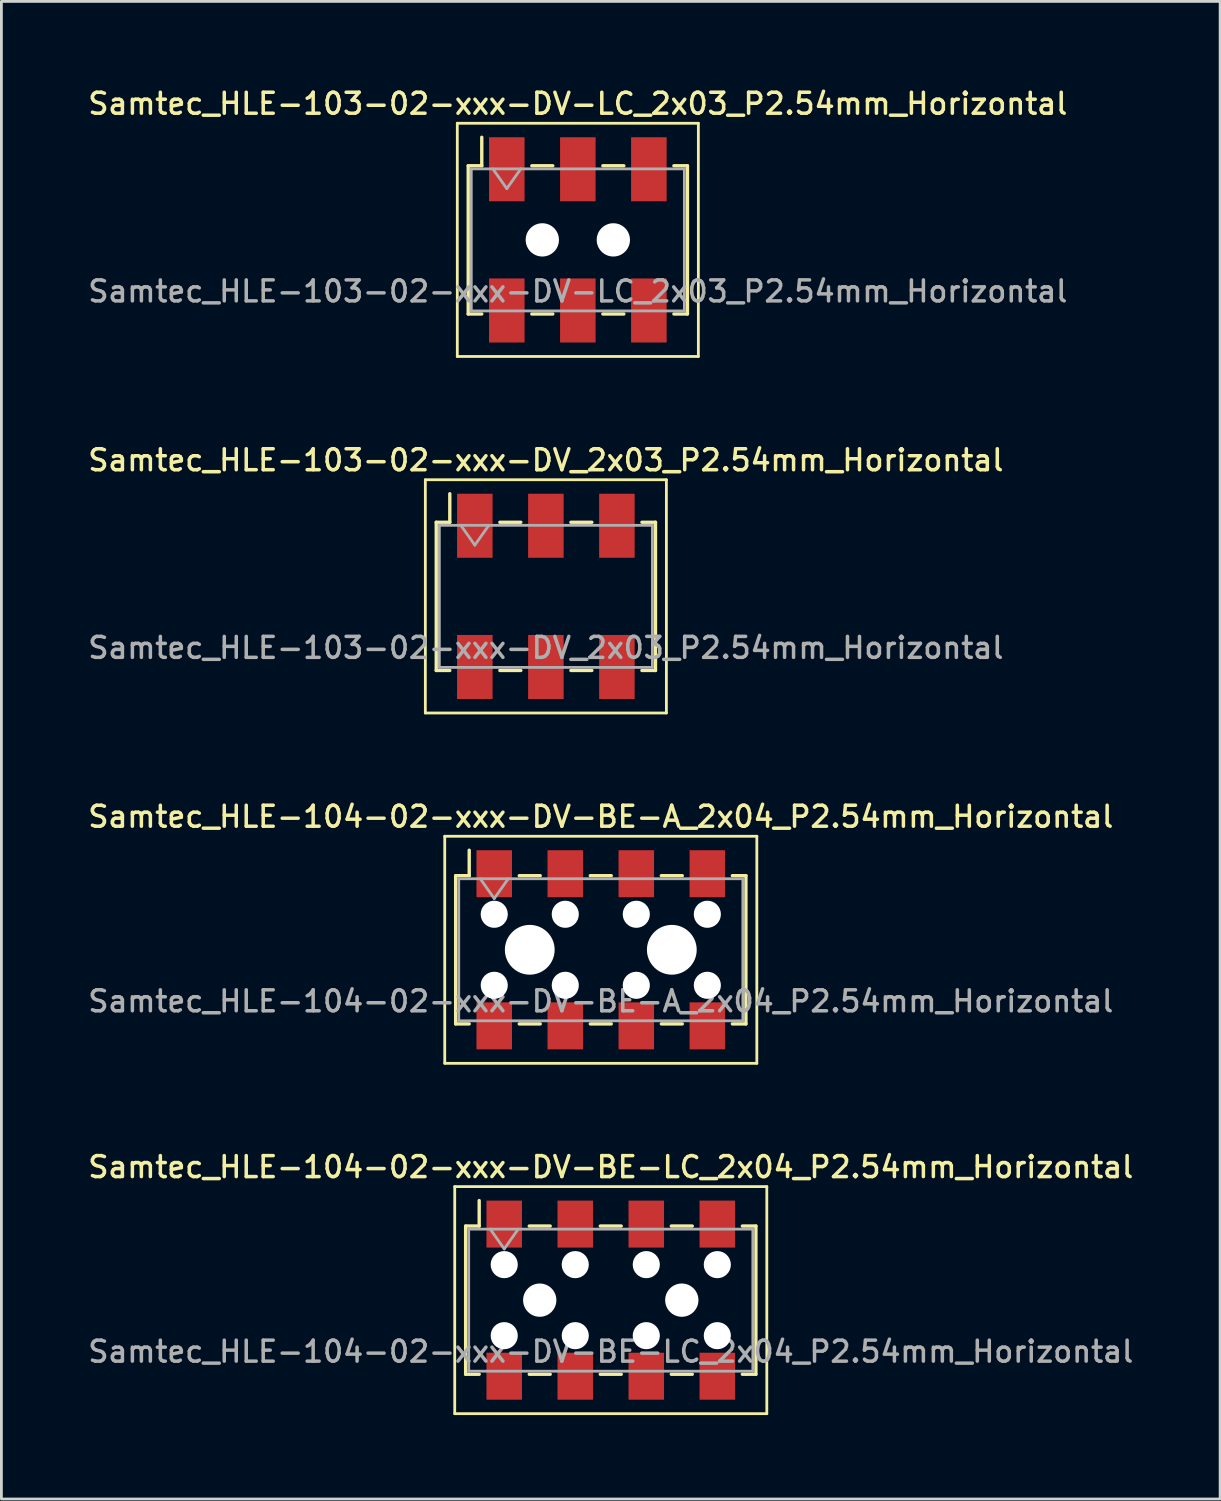
<source format=kicad_pcb>
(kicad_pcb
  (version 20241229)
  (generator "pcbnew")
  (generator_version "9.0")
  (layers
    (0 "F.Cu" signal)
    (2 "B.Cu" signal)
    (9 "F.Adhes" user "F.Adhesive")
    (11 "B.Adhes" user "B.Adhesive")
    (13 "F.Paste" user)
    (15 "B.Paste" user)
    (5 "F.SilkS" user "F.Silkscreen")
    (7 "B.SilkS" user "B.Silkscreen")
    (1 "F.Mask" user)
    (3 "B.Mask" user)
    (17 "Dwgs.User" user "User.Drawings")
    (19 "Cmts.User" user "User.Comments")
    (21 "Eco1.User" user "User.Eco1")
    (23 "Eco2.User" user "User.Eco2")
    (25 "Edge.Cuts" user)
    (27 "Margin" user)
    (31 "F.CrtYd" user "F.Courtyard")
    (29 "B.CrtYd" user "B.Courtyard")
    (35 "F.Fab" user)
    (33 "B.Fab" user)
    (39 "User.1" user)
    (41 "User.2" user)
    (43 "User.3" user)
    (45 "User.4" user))
  (footprint "Samtec_HLE-103-02-xxx-DV_2x03_P2.54mm_Horizontal"
    (layer "F.Cu")
    (at 16.47 18.276)
    (property "Reference" "Samtec_HLE-103-02-xxx-DV_2x03_P2.54mm_Horizontal" (at 0 -4.87 0) (layer "F.SilkS") (effects (font (size 0.75 0.75) (thickness 0.125))))
    (attr smd)
    (fp_line (start -4.31 -4.17) (end 4.31 -4.17) (stroke (width 0.1) (type solid)) (layer "F.SilkS"))
    (fp_line (start -4.31 4.17) (end -4.31 -4.17) (stroke (width 0.1) (type solid)) (layer "F.SilkS"))
    (fp_line (start -3.92 -2.65) (end -3.92 2.65) (stroke (width 0.12) (type solid)) (layer "F.SilkS"))
    (fp_line (start -3.92 2.65) (end -3.435 2.65) (stroke (width 0.12) (type solid)) (layer "F.SilkS"))
    (fp_line (start -3.435 -3.67) (end -3.435 -2.65) (stroke (width 0.12) (type solid)) (layer "F.SilkS"))
    (fp_line (start -3.435 -2.65) (end -3.92 -2.65) (stroke (width 0.12) (type solid)) (layer "F.SilkS"))
    (fp_line (start -1.645 -2.65) (end -0.895 -2.65) (stroke (width 0.12) (type solid)) (layer "F.SilkS"))
    (fp_line (start -1.645 2.65) (end -0.895 2.65) (stroke (width 0.12) (type solid)) (layer "F.SilkS"))
    (fp_line (start 0.895 -2.65) (end 1.645 -2.65) (stroke (width 0.12) (type solid)) (layer "F.SilkS"))
    (fp_line (start 0.895 2.65) (end 1.645 2.65) (stroke (width 0.12) (type solid)) (layer "F.SilkS"))
    (fp_line (start 3.435 -2.65) (end 3.92 -2.65) (stroke (width 0.12) (type solid)) (layer "F.SilkS"))
    (fp_line (start 3.92 -2.65) (end 3.92 2.65) (stroke (width 0.12) (type solid)) (layer "F.SilkS"))
    (fp_line (start 3.92 2.65) (end 3.435 2.65) (stroke (width 0.12) (type solid)) (layer "F.SilkS"))
    (fp_line (start 4.31 -4.17) (end 4.31 4.17) (stroke (width 0.1) (type solid)) (layer "F.SilkS"))
    (fp_line (start 4.31 4.17) (end -4.31 4.17) (stroke (width 0.1) (type solid)) (layer "F.SilkS"))
    (fp_line (start -3.81 -2.54) (end 3.81 -2.54) (stroke (width 0.1) (type solid)) (layer "F.Fab"))
    (fp_line (start -3.81 2.54) (end -3.81 -2.54) (stroke (width 0.1) (type solid)) (layer "F.Fab"))
    (fp_line (start -3.04 -2.54) (end -2.54 -1.833) (stroke (width 0.1) (type solid)) (layer "F.Fab"))
    (fp_line (start -2.54 -1.833) (end -2.04 -2.54) (stroke (width 0.1) (type solid)) (layer "F.Fab"))
    (fp_line (start 3.81 -2.54) (end 3.81 2.54) (stroke (width 0.1) (type solid)) (layer "F.Fab"))
    (fp_line (start 3.81 2.54) (end -3.81 2.54) (stroke (width 0.1) (type solid)) (layer "F.Fab"))
    (fp_text user "${REFERENCE}" (at 0 1.84 0) (layer "F.Fab") (effects (font (size 0.75 0.75) (thickness 0.125))))
    (pad "1" smd rect (at -2.54 -2.525) (size 1.27 2.29) (layers "F.Cu" "F.Mask" "F.Paste"))
    (pad "2" smd rect (at -2.54 2.525) (size 1.27 2.29) (layers "F.Cu" "F.Mask" "F.Paste"))
    (pad "3" smd rect (at 0 -2.525) (size 1.27 2.29) (layers "F.Cu" "F.Mask" "F.Paste"))
    (pad "4" smd rect (at 0 2.525) (size 1.27 2.29) (layers "F.Cu" "F.Mask" "F.Paste"))
    (pad "5" smd rect (at 2.54 -2.525) (size 1.27 2.29) (layers "F.Cu" "F.Mask" "F.Paste"))
    (pad "6" smd rect (at 2.54 2.525) (size 1.27 2.29) (layers "F.Cu" "F.Mask" "F.Paste")))
  (footprint "Samtec_HLE-104-02-xxx-DV-BE-A_2x04_P2.54mm_Horizontal"
    (layer "F.Cu")
    (at 18.434 30.914)
    (property "Reference" "Samtec_HLE-104-02-xxx-DV-BE-A_2x04_P2.54mm_Horizontal" (at 0 -4.76 0) (layer "F.SilkS") (effects (font (size 0.75 0.75) (thickness 0.125))))
    (attr smd)
    (fp_line (start -5.58 -4.06) (end 5.58 -4.06) (stroke (width 0.1) (type solid)) (layer "F.SilkS"))
    (fp_line (start -5.58 4.06) (end -5.58 -4.06) (stroke (width 0.1) (type solid)) (layer "F.SilkS"))
    (fp_line (start -5.19 -2.65) (end -5.19 2.65) (stroke (width 0.12) (type solid)) (layer "F.SilkS"))
    (fp_line (start -5.19 2.65) (end -4.705 2.65) (stroke (width 0.12) (type solid)) (layer "F.SilkS"))
    (fp_line (start -4.705 -3.56) (end -4.705 -2.65) (stroke (width 0.12) (type solid)) (layer "F.SilkS"))
    (fp_line (start -4.705 -2.65) (end -5.19 -2.65) (stroke (width 0.12) (type solid)) (layer "F.SilkS"))
    (fp_line (start -2.915 -2.65) (end -2.165 -2.65) (stroke (width 0.12) (type solid)) (layer "F.SilkS"))
    (fp_line (start -2.915 2.65) (end -2.165 2.65) (stroke (width 0.12) (type solid)) (layer "F.SilkS"))
    (fp_line (start -0.375 -2.65) (end 0.375 -2.65) (stroke (width 0.12) (type solid)) (layer "F.SilkS"))
    (fp_line (start -0.375 2.65) (end 0.375 2.65) (stroke (width 0.12) (type solid)) (layer "F.SilkS"))
    (fp_line (start 2.165 -2.65) (end 2.915 -2.65) (stroke (width 0.12) (type solid)) (layer "F.SilkS"))
    (fp_line (start 2.165 2.65) (end 2.915 2.65) (stroke (width 0.12) (type solid)) (layer "F.SilkS"))
    (fp_line (start 4.705 -2.65) (end 5.19 -2.65) (stroke (width 0.12) (type solid)) (layer "F.SilkS"))
    (fp_line (start 5.19 -2.65) (end 5.19 2.65) (stroke (width 0.12) (type solid)) (layer "F.SilkS"))
    (fp_line (start 5.19 2.65) (end 4.705 2.65) (stroke (width 0.12) (type solid)) (layer "F.SilkS"))
    (fp_line (start 5.58 -4.06) (end 5.58 4.06) (stroke (width 0.1) (type solid)) (layer "F.SilkS"))
    (fp_line (start 5.58 4.06) (end -5.58 4.06) (stroke (width 0.1) (type solid)) (layer "F.SilkS"))
    (fp_line (start -5.08 -2.54) (end 5.08 -2.54) (stroke (width 0.1) (type solid)) (layer "F.Fab"))
    (fp_line (start -5.08 2.54) (end -5.08 -2.54) (stroke (width 0.1) (type solid)) (layer "F.Fab"))
    (fp_line (start -4.31 -2.54) (end -3.81 -1.833) (stroke (width 0.1) (type solid)) (layer "F.Fab"))
    (fp_line (start -3.81 -1.833) (end -3.31 -2.54) (stroke (width 0.1) (type solid)) (layer "F.Fab"))
    (fp_line (start 5.08 -2.54) (end 5.08 2.54) (stroke (width 0.1) (type solid)) (layer "F.Fab"))
    (fp_line (start 5.08 2.54) (end -5.08 2.54) (stroke (width 0.1) (type solid)) (layer "F.Fab"))
    (fp_text user "${REFERENCE}" (at 0 1.84 0) (layer "F.Fab") (effects (font (size 0.75 0.75) (thickness 0.125))))
    (pad "" np_thru_hole circle (at -3.81 -1.27) (size 0.97 0.97) (drill 0.97) (layers "*.Cu" "*.Mask"))
    (pad "" np_thru_hole circle (at -3.81 1.27) (size 0.97 0.97) (drill 0.97) (layers "*.Cu" "*.Mask"))
    (pad "" np_thru_hole circle (at -2.54 0) (size 1.78 1.78) (drill 1.78) (layers "*.Cu" "*.Mask"))
    (pad "" np_thru_hole circle (at -1.27 -1.27) (size 0.97 0.97) (drill 0.97) (layers "*.Cu" "*.Mask"))
    (pad "" np_thru_hole circle (at -1.27 1.27) (size 0.97 0.97) (drill 0.97) (layers "*.Cu" "*.Mask"))
    (pad "" np_thru_hole circle (at 1.27 -1.27) (size 0.97 0.97) (drill 0.97) (layers "*.Cu" "*.Mask"))
    (pad "" np_thru_hole circle (at 1.27 1.27) (size 0.97 0.97) (drill 0.97) (layers "*.Cu" "*.Mask"))
    (pad "" np_thru_hole circle (at 2.54 0) (size 1.78 1.78) (drill 1.78) (layers "*.Cu" "*.Mask"))
    (pad "" np_thru_hole circle (at 3.81 -1.27) (size 0.97 0.97) (drill 0.97) (layers "*.Cu" "*.Mask"))
    (pad "" np_thru_hole circle (at 3.81 1.27) (size 0.97 0.97) (drill 0.97) (layers "*.Cu" "*.Mask"))
    (pad "1" smd rect (at -3.81 -2.72) (size 1.27 1.68) (layers "F.Cu" "F.Mask" "F.Paste"))
    (pad "2" smd rect (at -3.81 2.72) (size 1.27 1.68) (layers "F.Cu" "F.Mask" "F.Paste"))
    (pad "3" smd rect (at -1.27 -2.72) (size 1.27 1.68) (layers "F.Cu" "F.Mask" "F.Paste"))
    (pad "4" smd rect (at -1.27 2.72) (size 1.27 1.68) (layers "F.Cu" "F.Mask" "F.Paste"))
    (pad "5" smd rect (at 1.27 -2.72) (size 1.27 1.68) (layers "F.Cu" "F.Mask" "F.Paste"))
    (pad "6" smd rect (at 1.27 2.72) (size 1.27 1.68) (layers "F.Cu" "F.Mask" "F.Paste"))
    (pad "7" smd rect (at 3.81 -2.72) (size 1.27 1.68) (layers "F.Cu" "F.Mask" "F.Paste"))
    (pad "8" smd rect (at 3.81 2.72) (size 1.27 1.68) (layers "F.Cu" "F.Mask" "F.Paste")))
  (footprint "Samtec_HLE-104-02-xxx-DV-BE-LC_2x04_P2.54mm_Horizontal"
    (layer "F.Cu")
    (at 18.791 43.443)
    (property "Reference" "Samtec_HLE-104-02-xxx-DV-BE-LC_2x04_P2.54mm_Horizontal" (at 0 -4.76 0) (layer "F.SilkS") (effects (font (size 0.75 0.75) (thickness 0.125))))
    (attr smd)
    (fp_line (start -5.58 -4.06) (end 5.58 -4.06) (stroke (width 0.1) (type solid)) (layer "F.SilkS"))
    (fp_line (start -5.58 4.06) (end -5.58 -4.06) (stroke (width 0.1) (type solid)) (layer "F.SilkS"))
    (fp_line (start -5.19 -2.65) (end -5.19 2.65) (stroke (width 0.12) (type solid)) (layer "F.SilkS"))
    (fp_line (start -5.19 2.65) (end -4.705 2.65) (stroke (width 0.12) (type solid)) (layer "F.SilkS"))
    (fp_line (start -4.705 -3.56) (end -4.705 -2.65) (stroke (width 0.12) (type solid)) (layer "F.SilkS"))
    (fp_line (start -4.705 -2.65) (end -5.19 -2.65) (stroke (width 0.12) (type solid)) (layer "F.SilkS"))
    (fp_line (start -2.915 -2.65) (end -2.165 -2.65) (stroke (width 0.12) (type solid)) (layer "F.SilkS"))
    (fp_line (start -2.915 2.65) (end -2.165 2.65) (stroke (width 0.12) (type solid)) (layer "F.SilkS"))
    (fp_line (start -0.375 -2.65) (end 0.375 -2.65) (stroke (width 0.12) (type solid)) (layer "F.SilkS"))
    (fp_line (start -0.375 2.65) (end 0.375 2.65) (stroke (width 0.12) (type solid)) (layer "F.SilkS"))
    (fp_line (start 2.165 -2.65) (end 2.915 -2.65) (stroke (width 0.12) (type solid)) (layer "F.SilkS"))
    (fp_line (start 2.165 2.65) (end 2.915 2.65) (stroke (width 0.12) (type solid)) (layer "F.SilkS"))
    (fp_line (start 4.705 -2.65) (end 5.19 -2.65) (stroke (width 0.12) (type solid)) (layer "F.SilkS"))
    (fp_line (start 5.19 -2.65) (end 5.19 2.65) (stroke (width 0.12) (type solid)) (layer "F.SilkS"))
    (fp_line (start 5.19 2.65) (end 4.705 2.65) (stroke (width 0.12) (type solid)) (layer "F.SilkS"))
    (fp_line (start 5.58 -4.06) (end 5.58 4.06) (stroke (width 0.1) (type solid)) (layer "F.SilkS"))
    (fp_line (start 5.58 4.06) (end -5.58 4.06) (stroke (width 0.1) (type solid)) (layer "F.SilkS"))
    (fp_line (start -5.08 -2.54) (end 5.08 -2.54) (stroke (width 0.1) (type solid)) (layer "F.Fab"))
    (fp_line (start -5.08 2.54) (end -5.08 -2.54) (stroke (width 0.1) (type solid)) (layer "F.Fab"))
    (fp_line (start -4.31 -2.54) (end -3.81 -1.833) (stroke (width 0.1) (type solid)) (layer "F.Fab"))
    (fp_line (start -3.81 -1.833) (end -3.31 -2.54) (stroke (width 0.1) (type solid)) (layer "F.Fab"))
    (fp_line (start 5.08 -2.54) (end 5.08 2.54) (stroke (width 0.1) (type solid)) (layer "F.Fab"))
    (fp_line (start 5.08 2.54) (end -5.08 2.54) (stroke (width 0.1) (type solid)) (layer "F.Fab"))
    (fp_text user "${REFERENCE}" (at 0 1.84 0) (layer "F.Fab") (effects (font (size 0.75 0.75) (thickness 0.125))))
    (pad "" np_thru_hole circle (at -3.81 -1.27) (size 0.97 0.97) (drill 0.97) (layers "*.Cu" "*.Mask"))
    (pad "" np_thru_hole circle (at -3.81 1.27) (size 0.97 0.97) (drill 0.97) (layers "*.Cu" "*.Mask"))
    (pad "" np_thru_hole circle (at -2.54 0) (size 1.19 1.19) (drill 1.19) (layers "*.Cu" "*.Mask"))
    (pad "" np_thru_hole circle (at -1.27 -1.27) (size 0.97 0.97) (drill 0.97) (layers "*.Cu" "*.Mask"))
    (pad "" np_thru_hole circle (at -1.27 1.27) (size 0.97 0.97) (drill 0.97) (layers "*.Cu" "*.Mask"))
    (pad "" np_thru_hole circle (at 1.27 -1.27) (size 0.97 0.97) (drill 0.97) (layers "*.Cu" "*.Mask"))
    (pad "" np_thru_hole circle (at 1.27 1.27) (size 0.97 0.97) (drill 0.97) (layers "*.Cu" "*.Mask"))
    (pad "" np_thru_hole circle (at 2.54 0) (size 1.19 1.19) (drill 1.19) (layers "*.Cu" "*.Mask"))
    (pad "" np_thru_hole circle (at 3.81 -1.27) (size 0.97 0.97) (drill 0.97) (layers "*.Cu" "*.Mask"))
    (pad "" np_thru_hole circle (at 3.81 1.27) (size 0.97 0.97) (drill 0.97) (layers "*.Cu" "*.Mask"))
    (pad "1" smd rect (at -3.81 -2.72) (size 1.27 1.68) (layers "F.Cu" "F.Mask" "F.Paste"))
    (pad "2" smd rect (at -3.81 2.72) (size 1.27 1.68) (layers "F.Cu" "F.Mask" "F.Paste"))
    (pad "3" smd rect (at -1.27 -2.72) (size 1.27 1.68) (layers "F.Cu" "F.Mask" "F.Paste"))
    (pad "4" smd rect (at -1.27 2.72) (size 1.27 1.68) (layers "F.Cu" "F.Mask" "F.Paste"))
    (pad "5" smd rect (at 1.27 -2.72) (size 1.27 1.68) (layers "F.Cu" "F.Mask" "F.Paste"))
    (pad "6" smd rect (at 1.27 2.72) (size 1.27 1.68) (layers "F.Cu" "F.Mask" "F.Paste"))
    (pad "7" smd rect (at 3.81 -2.72) (size 1.27 1.68) (layers "F.Cu" "F.Mask" "F.Paste"))
    (pad "8" smd rect (at 3.81 2.72) (size 1.27 1.68) (layers "F.Cu" "F.Mask" "F.Paste")))
  (footprint "Samtec_HLE-103-02-xxx-DV-LC_2x03_P2.54mm_Horizontal"
    (layer "F.Cu")
    (at 17.613 5.528)
    (property "Reference" "Samtec_HLE-103-02-xxx-DV-LC_2x03_P2.54mm_Horizontal" (at 0 -4.87 0) (layer "F.SilkS") (effects (font (size 0.75 0.75) (thickness 0.125))))
    (attr smd)
    (fp_line (start -4.31 -4.17) (end 4.31 -4.17) (stroke (width 0.1) (type solid)) (layer "F.SilkS"))
    (fp_line (start -4.31 4.17) (end -4.31 -4.17) (stroke (width 0.1) (type solid)) (layer "F.SilkS"))
    (fp_line (start -3.92 -2.65) (end -3.92 2.65) (stroke (width 0.12) (type solid)) (layer "F.SilkS"))
    (fp_line (start -3.92 2.65) (end -3.435 2.65) (stroke (width 0.12) (type solid)) (layer "F.SilkS"))
    (fp_line (start -3.435 -3.67) (end -3.435 -2.65) (stroke (width 0.12) (type solid)) (layer "F.SilkS"))
    (fp_line (start -3.435 -2.65) (end -3.92 -2.65) (stroke (width 0.12) (type solid)) (layer "F.SilkS"))
    (fp_line (start -1.645 -2.65) (end -0.895 -2.65) (stroke (width 0.12) (type solid)) (layer "F.SilkS"))
    (fp_line (start -1.645 2.65) (end -0.895 2.65) (stroke (width 0.12) (type solid)) (layer "F.SilkS"))
    (fp_line (start 0.895 -2.65) (end 1.645 -2.65) (stroke (width 0.12) (type solid)) (layer "F.SilkS"))
    (fp_line (start 0.895 2.65) (end 1.645 2.65) (stroke (width 0.12) (type solid)) (layer "F.SilkS"))
    (fp_line (start 3.435 -2.65) (end 3.92 -2.65) (stroke (width 0.12) (type solid)) (layer "F.SilkS"))
    (fp_line (start 3.92 -2.65) (end 3.92 2.65) (stroke (width 0.12) (type solid)) (layer "F.SilkS"))
    (fp_line (start 3.92 2.65) (end 3.435 2.65) (stroke (width 0.12) (type solid)) (layer "F.SilkS"))
    (fp_line (start 4.31 -4.17) (end 4.31 4.17) (stroke (width 0.1) (type solid)) (layer "F.SilkS"))
    (fp_line (start 4.31 4.17) (end -4.31 4.17) (stroke (width 0.1) (type solid)) (layer "F.SilkS"))
    (fp_line (start -3.81 -2.54) (end 3.81 -2.54) (stroke (width 0.1) (type solid)) (layer "F.Fab"))
    (fp_line (start -3.81 2.54) (end -3.81 -2.54) (stroke (width 0.1) (type solid)) (layer "F.Fab"))
    (fp_line (start -3.04 -2.54) (end -2.54 -1.833) (stroke (width 0.1) (type solid)) (layer "F.Fab"))
    (fp_line (start -2.54 -1.833) (end -2.04 -2.54) (stroke (width 0.1) (type solid)) (layer "F.Fab"))
    (fp_line (start 3.81 -2.54) (end 3.81 2.54) (stroke (width 0.1) (type solid)) (layer "F.Fab"))
    (fp_line (start 3.81 2.54) (end -3.81 2.54) (stroke (width 0.1) (type solid)) (layer "F.Fab"))
    (fp_text user "${REFERENCE}" (at 0 1.84 0) (layer "F.Fab") (effects (font (size 0.75 0.75) (thickness 0.125))))
    (pad "" np_thru_hole circle (at -1.27 0) (size 1.19 1.19) (drill 1.19) (layers "*.Cu" "*.Mask"))
    (pad "" np_thru_hole circle (at 1.27 0) (size 1.19 1.19) (drill 1.19) (layers "*.Cu" "*.Mask"))
    (pad "1" smd rect (at -2.54 -2.525) (size 1.27 2.29) (layers "F.Cu" "F.Mask" "F.Paste"))
    (pad "2" smd rect (at -2.54 2.525) (size 1.27 2.29) (layers "F.Cu" "F.Mask" "F.Paste"))
    (pad "3" smd rect (at 0 -2.525) (size 1.27 2.29) (layers "F.Cu" "F.Mask" "F.Paste"))
    (pad "4" smd rect (at 0 2.525) (size 1.27 2.29) (layers "F.Cu" "F.Mask" "F.Paste"))
    (pad "5" smd rect (at 2.54 -2.525) (size 1.27 2.29) (layers "F.Cu" "F.Mask" "F.Paste"))
    (pad "6" smd rect (at 2.54 2.525) (size 1.27 2.29) (layers "F.Cu" "F.Mask" "F.Paste")))
  (gr_rect
    (start -3 -3)
    (end 40.582 50.553)
    (stroke (width 0.1) (type default))
    (fill no)
    (layer "Edge.Cuts")))
</source>
